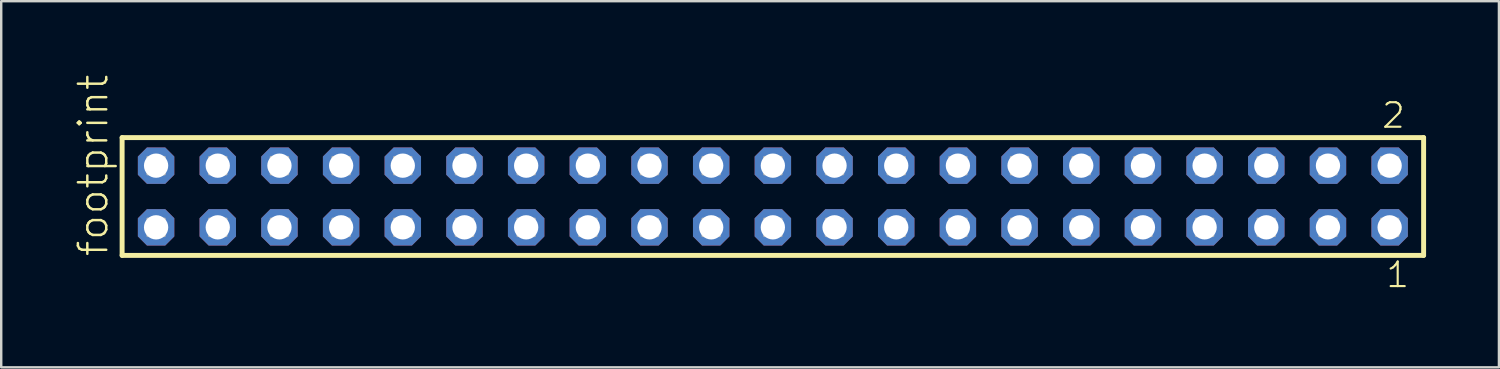
<source format=kicad_pcb>
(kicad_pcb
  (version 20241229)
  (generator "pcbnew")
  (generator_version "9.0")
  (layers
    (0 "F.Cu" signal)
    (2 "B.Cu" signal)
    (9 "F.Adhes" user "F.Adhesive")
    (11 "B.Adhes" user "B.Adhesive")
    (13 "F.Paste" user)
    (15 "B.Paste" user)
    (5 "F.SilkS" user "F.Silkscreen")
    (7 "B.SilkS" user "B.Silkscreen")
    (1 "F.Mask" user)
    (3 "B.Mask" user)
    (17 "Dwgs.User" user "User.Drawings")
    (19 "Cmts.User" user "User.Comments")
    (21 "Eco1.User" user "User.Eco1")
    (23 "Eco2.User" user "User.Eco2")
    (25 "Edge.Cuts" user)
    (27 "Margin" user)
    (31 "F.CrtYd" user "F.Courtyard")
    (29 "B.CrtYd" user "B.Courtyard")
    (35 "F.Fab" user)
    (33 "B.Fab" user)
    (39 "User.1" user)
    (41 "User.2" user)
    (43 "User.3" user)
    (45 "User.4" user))
  (footprint "footprint"
    (layer "F.Cu")
    (at 28.778 5.042)
    (property "Reference" "footprint" (at -27.305 2.54 90) (layer "F.SilkS") (effects (font (size 1.168 1.168) (thickness 0.102)) (justify left bottom)))
    (fp_line (start -26.799 -2.425) (end 26.799 -2.425) (stroke (width 0.203) (type solid)) (layer "F.SilkS"))
    (fp_line (start -26.799 2.425) (end -26.799 -2.425) (stroke (width 0.203) (type solid)) (layer "F.SilkS"))
    (fp_line (start 26.799 -2.425) (end 26.799 2.425) (stroke (width 0.203) (type solid)) (layer "F.SilkS"))
    (fp_line (start 26.799 2.425) (end -26.799 2.425) (stroke (width 0.203) (type solid)) (layer "F.SilkS"))
    (fp_poly (pts (xy -25.75 -0.92) (xy -25.05 -0.92) (xy -25.05 -1.62) (xy -25.75 -1.62)) (stroke (width 0.1) (type solid)) (fill no) (layer "F.Fab"))
    (fp_poly (pts (xy -25.75 1.62) (xy -25.05 1.62) (xy -25.05 0.92) (xy -25.75 0.92)) (stroke (width 0.1) (type solid)) (fill no) (layer "F.Fab"))
    (fp_poly (pts (xy -23.21 -0.92) (xy -22.51 -0.92) (xy -22.51 -1.62) (xy -23.21 -1.62)) (stroke (width 0.1) (type solid)) (fill no) (layer "F.Fab"))
    (fp_poly (pts (xy -23.21 1.62) (xy -22.51 1.62) (xy -22.51 0.92) (xy -23.21 0.92)) (stroke (width 0.1) (type solid)) (fill no) (layer "F.Fab"))
    (fp_poly (pts (xy -20.67 -0.92) (xy -19.97 -0.92) (xy -19.97 -1.62) (xy -20.67 -1.62)) (stroke (width 0.1) (type solid)) (fill no) (layer "F.Fab"))
    (fp_poly (pts (xy -20.67 1.62) (xy -19.97 1.62) (xy -19.97 0.92) (xy -20.67 0.92)) (stroke (width 0.1) (type solid)) (fill no) (layer "F.Fab"))
    (fp_poly (pts (xy -18.13 -0.92) (xy -17.43 -0.92) (xy -17.43 -1.62) (xy -18.13 -1.62)) (stroke (width 0.1) (type solid)) (fill no) (layer "F.Fab"))
    (fp_poly (pts (xy -18.13 1.62) (xy -17.43 1.62) (xy -17.43 0.92) (xy -18.13 0.92)) (stroke (width 0.1) (type solid)) (fill no) (layer "F.Fab"))
    (fp_poly (pts (xy -15.59 -0.92) (xy -14.89 -0.92) (xy -14.89 -1.62) (xy -15.59 -1.62)) (stroke (width 0.1) (type solid)) (fill no) (layer "F.Fab"))
    (fp_poly (pts (xy -15.59 1.62) (xy -14.89 1.62) (xy -14.89 0.92) (xy -15.59 0.92)) (stroke (width 0.1) (type solid)) (fill no) (layer "F.Fab"))
    (fp_poly (pts (xy -13.05 -0.92) (xy -12.35 -0.92) (xy -12.35 -1.62) (xy -13.05 -1.62)) (stroke (width 0.1) (type solid)) (fill no) (layer "F.Fab"))
    (fp_poly (pts (xy -13.05 1.62) (xy -12.35 1.62) (xy -12.35 0.92) (xy -13.05 0.92)) (stroke (width 0.1) (type solid)) (fill no) (layer "F.Fab"))
    (fp_poly (pts (xy -10.51 -0.92) (xy -9.81 -0.92) (xy -9.81 -1.62) (xy -10.51 -1.62)) (stroke (width 0.1) (type solid)) (fill no) (layer "F.Fab"))
    (fp_poly (pts (xy -10.51 1.62) (xy -9.81 1.62) (xy -9.81 0.92) (xy -10.51 0.92)) (stroke (width 0.1) (type solid)) (fill no) (layer "F.Fab"))
    (fp_poly (pts (xy -7.97 -0.92) (xy -7.27 -0.92) (xy -7.27 -1.62) (xy -7.97 -1.62)) (stroke (width 0.1) (type solid)) (fill no) (layer "F.Fab"))
    (fp_poly (pts (xy -7.97 1.62) (xy -7.27 1.62) (xy -7.27 0.92) (xy -7.97 0.92)) (stroke (width 0.1) (type solid)) (fill no) (layer "F.Fab"))
    (fp_poly (pts (xy -5.43 -0.92) (xy -4.73 -0.92) (xy -4.73 -1.62) (xy -5.43 -1.62)) (stroke (width 0.1) (type solid)) (fill no) (layer "F.Fab"))
    (fp_poly (pts (xy -5.43 1.62) (xy -4.73 1.62) (xy -4.73 0.92) (xy -5.43 0.92)) (stroke (width 0.1) (type solid)) (fill no) (layer "F.Fab"))
    (fp_poly (pts (xy -2.89 -0.92) (xy -2.19 -0.92) (xy -2.19 -1.62) (xy -2.89 -1.62)) (stroke (width 0.1) (type solid)) (fill no) (layer "F.Fab"))
    (fp_poly (pts (xy -2.89 1.62) (xy -2.19 1.62) (xy -2.19 0.92) (xy -2.89 0.92)) (stroke (width 0.1) (type solid)) (fill no) (layer "F.Fab"))
    (fp_poly (pts (xy -0.35 -0.92) (xy 0.35 -0.92) (xy 0.35 -1.62) (xy -0.35 -1.62)) (stroke (width 0.1) (type solid)) (fill no) (layer "F.Fab"))
    (fp_poly (pts (xy -0.35 1.62) (xy 0.35 1.62) (xy 0.35 0.92) (xy -0.35 0.92)) (stroke (width 0.1) (type solid)) (fill no) (layer "F.Fab"))
    (fp_poly (pts (xy 2.19 -0.92) (xy 2.89 -0.92) (xy 2.89 -1.62) (xy 2.19 -1.62)) (stroke (width 0.1) (type solid)) (fill no) (layer "F.Fab"))
    (fp_poly (pts (xy 2.19 1.62) (xy 2.89 1.62) (xy 2.89 0.92) (xy 2.19 0.92)) (stroke (width 0.1) (type solid)) (fill no) (layer "F.Fab"))
    (fp_poly (pts (xy 4.73 -0.92) (xy 5.43 -0.92) (xy 5.43 -1.62) (xy 4.73 -1.62)) (stroke (width 0.1) (type solid)) (fill no) (layer "F.Fab"))
    (fp_poly (pts (xy 4.73 1.62) (xy 5.43 1.62) (xy 5.43 0.92) (xy 4.73 0.92)) (stroke (width 0.1) (type solid)) (fill no) (layer "F.Fab"))
    (fp_poly (pts (xy 7.27 -0.92) (xy 7.97 -0.92) (xy 7.97 -1.62) (xy 7.27 -1.62)) (stroke (width 0.1) (type solid)) (fill no) (layer "F.Fab"))
    (fp_poly (pts (xy 7.27 1.62) (xy 7.97 1.62) (xy 7.97 0.92) (xy 7.27 0.92)) (stroke (width 0.1) (type solid)) (fill no) (layer "F.Fab"))
    (fp_poly (pts (xy 9.81 -0.92) (xy 10.51 -0.92) (xy 10.51 -1.62) (xy 9.81 -1.62)) (stroke (width 0.1) (type solid)) (fill no) (layer "F.Fab"))
    (fp_poly (pts (xy 9.81 1.62) (xy 10.51 1.62) (xy 10.51 0.92) (xy 9.81 0.92)) (stroke (width 0.1) (type solid)) (fill no) (layer "F.Fab"))
    (fp_poly (pts (xy 12.35 -0.92) (xy 13.05 -0.92) (xy 13.05 -1.62) (xy 12.35 -1.62)) (stroke (width 0.1) (type solid)) (fill no) (layer "F.Fab"))
    (fp_poly (pts (xy 12.35 1.62) (xy 13.05 1.62) (xy 13.05 0.92) (xy 12.35 0.92)) (stroke (width 0.1) (type solid)) (fill no) (layer "F.Fab"))
    (fp_poly (pts (xy 14.89 -0.92) (xy 15.59 -0.92) (xy 15.59 -1.62) (xy 14.89 -1.62)) (stroke (width 0.1) (type solid)) (fill no) (layer "F.Fab"))
    (fp_poly (pts (xy 14.89 1.62) (xy 15.59 1.62) (xy 15.59 0.92) (xy 14.89 0.92)) (stroke (width 0.1) (type solid)) (fill no) (layer "F.Fab"))
    (fp_poly (pts (xy 17.43 -0.92) (xy 18.13 -0.92) (xy 18.13 -1.62) (xy 17.43 -1.62)) (stroke (width 0.1) (type solid)) (fill no) (layer "F.Fab"))
    (fp_poly (pts (xy 17.43 1.62) (xy 18.13 1.62) (xy 18.13 0.92) (xy 17.43 0.92)) (stroke (width 0.1) (type solid)) (fill no) (layer "F.Fab"))
    (fp_poly (pts (xy 19.97 -0.92) (xy 20.67 -0.92) (xy 20.67 -1.62) (xy 19.97 -1.62)) (stroke (width 0.1) (type solid)) (fill no) (layer "F.Fab"))
    (fp_poly (pts (xy 19.97 1.62) (xy 20.67 1.62) (xy 20.67 0.92) (xy 19.97 0.92)) (stroke (width 0.1) (type solid)) (fill no) (layer "F.Fab"))
    (fp_poly (pts (xy 22.51 -0.92) (xy 23.21 -0.92) (xy 23.21 -1.62) (xy 22.51 -1.62)) (stroke (width 0.1) (type solid)) (fill no) (layer "F.Fab"))
    (fp_poly (pts (xy 22.51 1.62) (xy 23.21 1.62) (xy 23.21 0.92) (xy 22.51 0.92)) (stroke (width 0.1) (type solid)) (fill no) (layer "F.Fab"))
    (fp_poly (pts (xy 25.05 -0.92) (xy 25.75 -0.92) (xy 25.75 -1.62) (xy 25.05 -1.62)) (stroke (width 0.1) (type solid)) (fill no) (layer "F.Fab"))
    (fp_poly (pts (xy 25.05 1.62) (xy 25.75 1.62) (xy 25.75 0.92) (xy 25.05 0.92)) (stroke (width 0.1) (type solid)) (fill no) (layer "F.Fab"))
    (fp_text user "1" (at 25.192 3.818 0) (layer "F.SilkS") (effects (font (size 1.012 1.012) (thickness 0.088)) (justify left bottom)))
    (fp_text user "2" (at 25.017 -2.744 0) (layer "F.SilkS") (effects (font (size 1.012 1.012) (thickness 0.088)) (justify left bottom)))
    (pad "1" thru_hole roundrect (at 25.4 1.27 180) (size 1.5 1.5) (drill 1) (layers "*.Cu" "*.Mask") (roundrect_rratio 0.25) (chamfer_ratio 0.25) (chamfer top_left top_right bottom_left bottom_right))
    (pad "2" thru_hole roundrect (at 25.4 -1.27 180) (size 1.5 1.5) (drill 1) (layers "*.Cu" "*.Mask") (roundrect_rratio 0.25) (chamfer_ratio 0.25) (chamfer top_left top_right bottom_left bottom_right))
    (pad "3" thru_hole roundrect (at 22.86 1.27 180) (size 1.5 1.5) (drill 1) (layers "*.Cu" "*.Mask") (roundrect_rratio 0.25) (chamfer_ratio 0.25) (chamfer top_left top_right bottom_left bottom_right))
    (pad "4" thru_hole roundrect (at 22.86 -1.27 180) (size 1.5 1.5) (drill 1) (layers "*.Cu" "*.Mask") (roundrect_rratio 0.25) (chamfer_ratio 0.25) (chamfer top_left top_right bottom_left bottom_right))
    (pad "5" thru_hole roundrect (at 20.32 1.27 180) (size 1.5 1.5) (drill 1) (layers "*.Cu" "*.Mask") (roundrect_rratio 0.25) (chamfer_ratio 0.25) (chamfer top_left top_right bottom_left bottom_right))
    (pad "6" thru_hole roundrect (at 20.32 -1.27 180) (size 1.5 1.5) (drill 1) (layers "*.Cu" "*.Mask") (roundrect_rratio 0.25) (chamfer_ratio 0.25) (chamfer top_left top_right bottom_left bottom_right))
    (pad "7" thru_hole roundrect (at 17.78 1.27 180) (size 1.5 1.5) (drill 1) (layers "*.Cu" "*.Mask") (roundrect_rratio 0.25) (chamfer_ratio 0.25) (chamfer top_left top_right bottom_left bottom_right))
    (pad "8" thru_hole roundrect (at 17.78 -1.27 180) (size 1.5 1.5) (drill 1) (layers "*.Cu" "*.Mask") (roundrect_rratio 0.25) (chamfer_ratio 0.25) (chamfer top_left top_right bottom_left bottom_right))
    (pad "9" thru_hole roundrect (at 15.24 1.27 180) (size 1.5 1.5) (drill 1) (layers "*.Cu" "*.Mask") (roundrect_rratio 0.25) (chamfer_ratio 0.25) (chamfer top_left top_right bottom_left bottom_right))
    (pad "10" thru_hole roundrect (at 15.24 -1.27 180) (size 1.5 1.5) (drill 1) (layers "*.Cu" "*.Mask") (roundrect_rratio 0.25) (chamfer_ratio 0.25) (chamfer top_left top_right bottom_left bottom_right))
    (pad "11" thru_hole roundrect (at 12.7 1.27 180) (size 1.5 1.5) (drill 1) (layers "*.Cu" "*.Mask") (roundrect_rratio 0.25) (chamfer_ratio 0.25) (chamfer top_left top_right bottom_left bottom_right))
    (pad "12" thru_hole roundrect (at 12.7 -1.27 180) (size 1.5 1.5) (drill 1) (layers "*.Cu" "*.Mask") (roundrect_rratio 0.25) (chamfer_ratio 0.25) (chamfer top_left top_right bottom_left bottom_right))
    (pad "13" thru_hole roundrect (at 10.16 1.27 180) (size 1.5 1.5) (drill 1) (layers "*.Cu" "*.Mask") (roundrect_rratio 0.25) (chamfer_ratio 0.25) (chamfer top_left top_right bottom_left bottom_right))
    (pad "14" thru_hole roundrect (at 10.16 -1.27 180) (size 1.5 1.5) (drill 1) (layers "*.Cu" "*.Mask") (roundrect_rratio 0.25) (chamfer_ratio 0.25) (chamfer top_left top_right bottom_left bottom_right))
    (pad "15" thru_hole roundrect (at 7.62 1.27 180) (size 1.5 1.5) (drill 1) (layers "*.Cu" "*.Mask") (roundrect_rratio 0.25) (chamfer_ratio 0.25) (chamfer top_left top_right bottom_left bottom_right))
    (pad "16" thru_hole roundrect (at 7.62 -1.27 180) (size 1.5 1.5) (drill 1) (layers "*.Cu" "*.Mask") (roundrect_rratio 0.25) (chamfer_ratio 0.25) (chamfer top_left top_right bottom_left bottom_right))
    (pad "17" thru_hole roundrect (at 5.08 1.27 180) (size 1.5 1.5) (drill 1) (layers "*.Cu" "*.Mask") (roundrect_rratio 0.25) (chamfer_ratio 0.25) (chamfer top_left top_right bottom_left bottom_right))
    (pad "18" thru_hole roundrect (at 5.08 -1.27 180) (size 1.5 1.5) (drill 1) (layers "*.Cu" "*.Mask") (roundrect_rratio 0.25) (chamfer_ratio 0.25) (chamfer top_left top_right bottom_left bottom_right))
    (pad "19" thru_hole roundrect (at 2.54 1.27 180) (size 1.5 1.5) (drill 1) (layers "*.Cu" "*.Mask") (roundrect_rratio 0.25) (chamfer_ratio 0.25) (chamfer top_left top_right bottom_left bottom_right))
    (pad "20" thru_hole roundrect (at 2.54 -1.27 180) (size 1.5 1.5) (drill 1) (layers "*.Cu" "*.Mask") (roundrect_rratio 0.25) (chamfer_ratio 0.25) (chamfer top_left top_right bottom_left bottom_right))
    (pad "21" thru_hole roundrect (at 0 1.27 180) (size 1.5 1.5) (drill 1) (layers "*.Cu" "*.Mask") (roundrect_rratio 0.25) (chamfer_ratio 0.25) (chamfer top_left top_right bottom_left bottom_right))
    (pad "22" thru_hole roundrect (at 0 -1.27 180) (size 1.5 1.5) (drill 1) (layers "*.Cu" "*.Mask") (roundrect_rratio 0.25) (chamfer_ratio 0.25) (chamfer top_left top_right bottom_left bottom_right))
    (pad "23" thru_hole roundrect (at -2.54 1.27 180) (size 1.5 1.5) (drill 1) (layers "*.Cu" "*.Mask") (roundrect_rratio 0.25) (chamfer_ratio 0.25) (chamfer top_left top_right bottom_left bottom_right))
    (pad "24" thru_hole roundrect (at -2.54 -1.27 180) (size 1.5 1.5) (drill 1) (layers "*.Cu" "*.Mask") (roundrect_rratio 0.25) (chamfer_ratio 0.25) (chamfer top_left top_right bottom_left bottom_right))
    (pad "25" thru_hole roundrect (at -5.08 1.27 180) (size 1.5 1.5) (drill 1) (layers "*.Cu" "*.Mask") (roundrect_rratio 0.25) (chamfer_ratio 0.25) (chamfer top_left top_right bottom_left bottom_right))
    (pad "26" thru_hole roundrect (at -5.08 -1.27 180) (size 1.5 1.5) (drill 1) (layers "*.Cu" "*.Mask") (roundrect_rratio 0.25) (chamfer_ratio 0.25) (chamfer top_left top_right bottom_left bottom_right))
    (pad "27" thru_hole roundrect (at -7.62 1.27 180) (size 1.5 1.5) (drill 1) (layers "*.Cu" "*.Mask") (roundrect_rratio 0.25) (chamfer_ratio 0.25) (chamfer top_left top_right bottom_left bottom_right))
    (pad "28" thru_hole roundrect (at -7.62 -1.27 180) (size 1.5 1.5) (drill 1) (layers "*.Cu" "*.Mask") (roundrect_rratio 0.25) (chamfer_ratio 0.25) (chamfer top_left top_right bottom_left bottom_right))
    (pad "29" thru_hole roundrect (at -10.16 1.27 180) (size 1.5 1.5) (drill 1) (layers "*.Cu" "*.Mask") (roundrect_rratio 0.25) (chamfer_ratio 0.25) (chamfer top_left top_right bottom_left bottom_right))
    (pad "30" thru_hole roundrect (at -10.16 -1.27 180) (size 1.5 1.5) (drill 1) (layers "*.Cu" "*.Mask") (roundrect_rratio 0.25) (chamfer_ratio 0.25) (chamfer top_left top_right bottom_left bottom_right))
    (pad "31" thru_hole roundrect (at -12.7 1.27 180) (size 1.5 1.5) (drill 1) (layers "*.Cu" "*.Mask") (roundrect_rratio 0.25) (chamfer_ratio 0.25) (chamfer top_left top_right bottom_left bottom_right))
    (pad "32" thru_hole roundrect (at -12.7 -1.27 180) (size 1.5 1.5) (drill 1) (layers "*.Cu" "*.Mask") (roundrect_rratio 0.25) (chamfer_ratio 0.25) (chamfer top_left top_right bottom_left bottom_right))
    (pad "33" thru_hole roundrect (at -15.24 1.27 180) (size 1.5 1.5) (drill 1) (layers "*.Cu" "*.Mask") (roundrect_rratio 0.25) (chamfer_ratio 0.25) (chamfer top_left top_right bottom_left bottom_right))
    (pad "34" thru_hole roundrect (at -15.24 -1.27 180) (size 1.5 1.5) (drill 1) (layers "*.Cu" "*.Mask") (roundrect_rratio 0.25) (chamfer_ratio 0.25) (chamfer top_left top_right bottom_left bottom_right))
    (pad "35" thru_hole roundrect (at -17.78 1.27 180) (size 1.5 1.5) (drill 1) (layers "*.Cu" "*.Mask") (roundrect_rratio 0.25) (chamfer_ratio 0.25) (chamfer top_left top_right bottom_left bottom_right))
    (pad "36" thru_hole roundrect (at -17.78 -1.27 180) (size 1.5 1.5) (drill 1) (layers "*.Cu" "*.Mask") (roundrect_rratio 0.25) (chamfer_ratio 0.25) (chamfer top_left top_right bottom_left bottom_right))
    (pad "37" thru_hole roundrect (at -20.32 1.27 180) (size 1.5 1.5) (drill 1) (layers "*.Cu" "*.Mask") (roundrect_rratio 0.25) (chamfer_ratio 0.25) (chamfer top_left top_right bottom_left bottom_right))
    (pad "38" thru_hole roundrect (at -20.32 -1.27 180) (size 1.5 1.5) (drill 1) (layers "*.Cu" "*.Mask") (roundrect_rratio 0.25) (chamfer_ratio 0.25) (chamfer top_left top_right bottom_left bottom_right))
    (pad "39" thru_hole roundrect (at -22.86 1.27 180) (size 1.5 1.5) (drill 1) (layers "*.Cu" "*.Mask") (roundrect_rratio 0.25) (chamfer_ratio 0.25) (chamfer top_left top_right bottom_left bottom_right))
    (pad "40" thru_hole roundrect (at -22.86 -1.27 180) (size 1.5 1.5) (drill 1) (layers "*.Cu" "*.Mask") (roundrect_rratio 0.25) (chamfer_ratio 0.25) (chamfer top_left top_right bottom_left bottom_right))
    (pad "41" thru_hole roundrect (at -25.4 1.27 180) (size 1.5 1.5) (drill 1) (layers "*.Cu" "*.Mask") (roundrect_rratio 0.25) (chamfer_ratio 0.25) (chamfer top_left top_right bottom_left bottom_right))
    (pad "42" thru_hole roundrect (at -25.4 -1.27 180) (size 1.5 1.5) (drill 1) (layers "*.Cu" "*.Mask") (roundrect_rratio 0.25) (chamfer_ratio 0.25) (chamfer top_left top_right bottom_left bottom_right)))
  (gr_rect
    (start -3 -3)
    (end 58.679 12.077)
    (stroke (width 0.1) (type default))
    (fill no)
    (layer "Edge.Cuts")))
</source>
